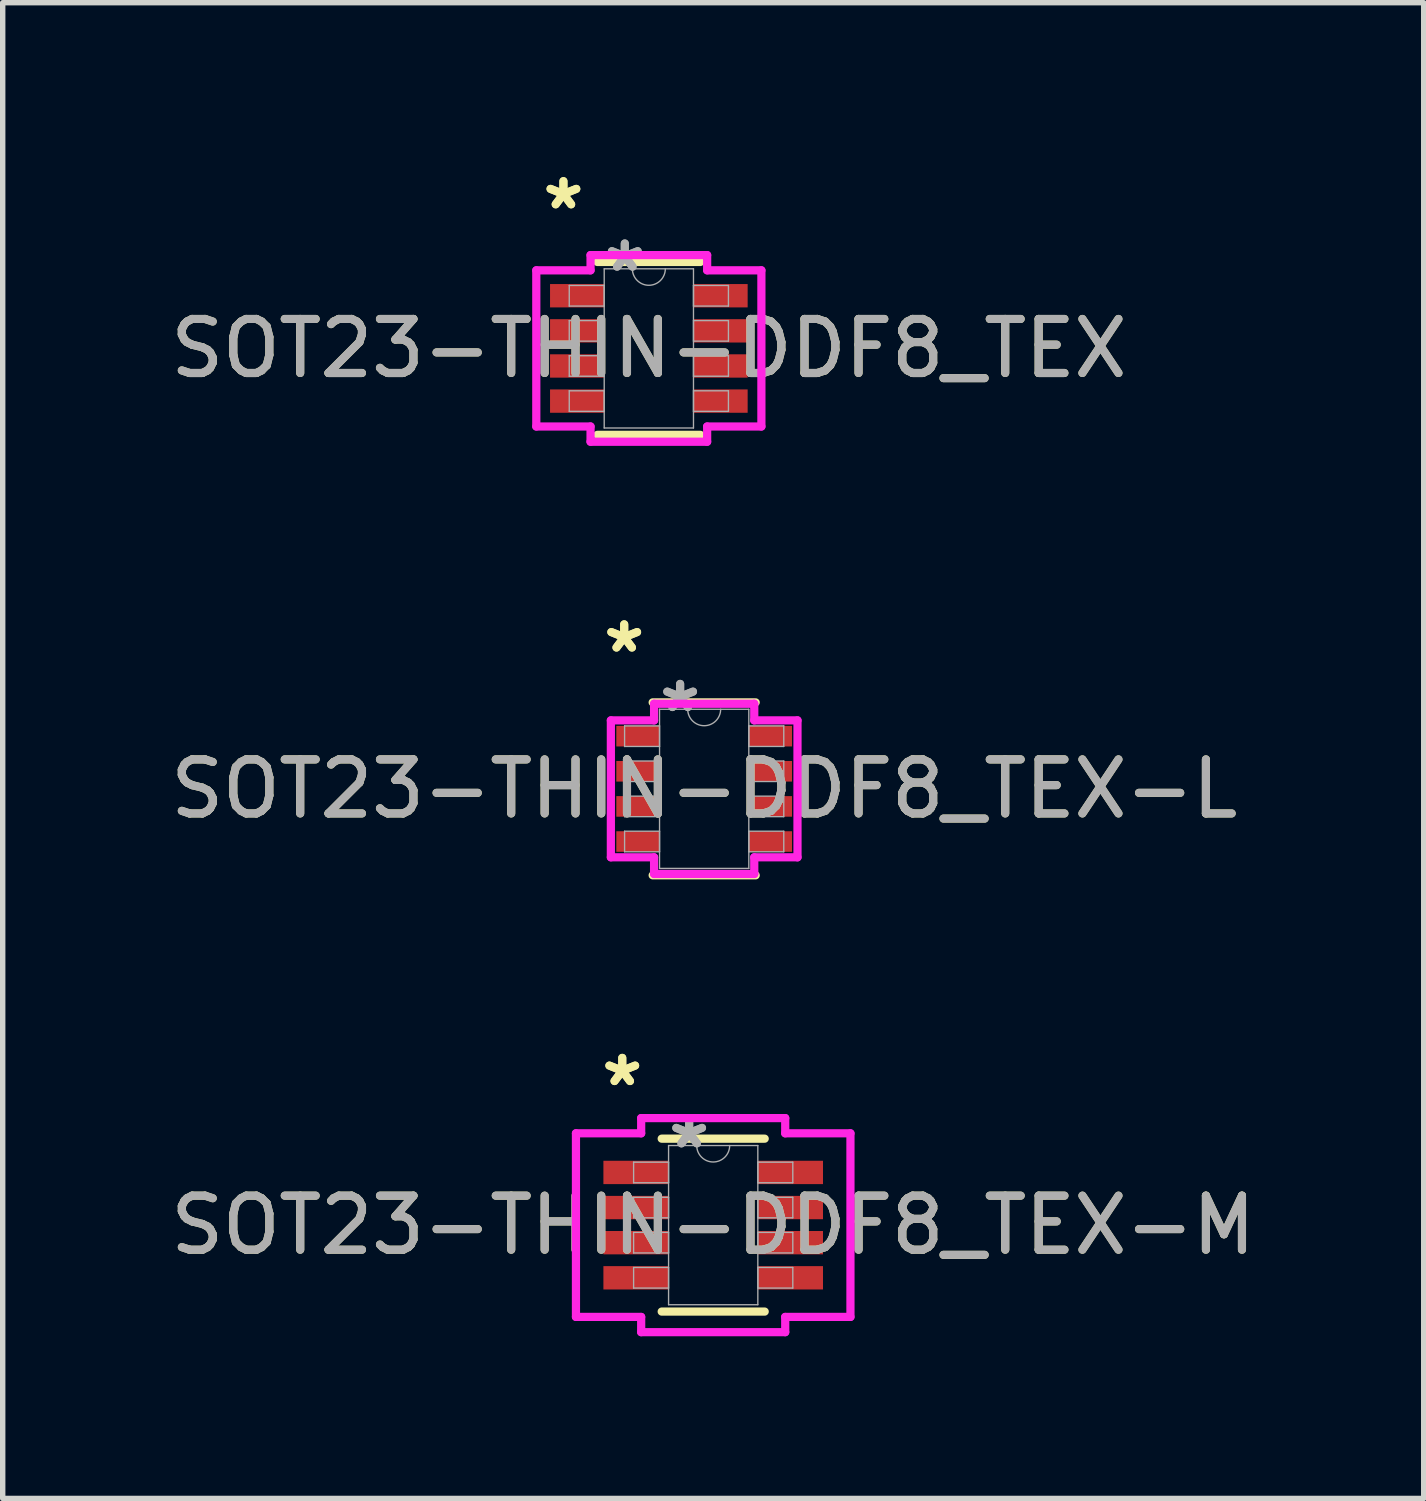
<source format=kicad_pcb>
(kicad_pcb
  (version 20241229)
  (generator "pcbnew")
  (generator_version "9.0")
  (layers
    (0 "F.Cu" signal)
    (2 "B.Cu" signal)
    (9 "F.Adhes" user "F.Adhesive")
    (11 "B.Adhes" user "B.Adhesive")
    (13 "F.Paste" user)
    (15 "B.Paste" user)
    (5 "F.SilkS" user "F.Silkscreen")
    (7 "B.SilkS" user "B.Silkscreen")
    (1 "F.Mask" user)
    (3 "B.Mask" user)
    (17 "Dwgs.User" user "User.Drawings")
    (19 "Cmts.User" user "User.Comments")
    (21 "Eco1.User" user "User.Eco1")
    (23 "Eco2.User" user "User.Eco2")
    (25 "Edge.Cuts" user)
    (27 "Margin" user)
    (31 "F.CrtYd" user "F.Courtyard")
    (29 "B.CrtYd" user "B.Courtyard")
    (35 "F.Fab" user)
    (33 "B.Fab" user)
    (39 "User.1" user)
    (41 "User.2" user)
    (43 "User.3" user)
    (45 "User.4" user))
  (footprint "SOT23-THIN-DDF8_TEX-L"
    (layer "F.Cu")
    (at 9.982 11.549)
    (property "Reference" "SOT23-THIN-DDF8_TEX-L" (at 0 0 0) (unlocked yes) (layer "F.SilkS") (effects (font (size 1 1) (thickness 0.15))))
    (attr smd)
    (fp_line (start -0.953 1.6) (end 0.953 1.6) (stroke (width 0.152) (type solid)) (layer "F.SilkS"))
    (fp_line (start 0.953 -1.6) (end -0.953 -1.6) (stroke (width 0.152) (type solid)) (layer "F.SilkS"))
    (fp_line (start -1.727 -1.267) (end -0.927 -1.267) (stroke (width 0.152) (type solid)) (layer "F.CrtYd"))
    (fp_line (start -1.727 1.267) (end -1.727 -1.267) (stroke (width 0.152) (type solid)) (layer "F.CrtYd"))
    (fp_line (start -1.727 1.267) (end -0.927 1.267) (stroke (width 0.152) (type solid)) (layer "F.CrtYd"))
    (fp_line (start -0.927 -1.575) (end 0.927 -1.575) (stroke (width 0.152) (type solid)) (layer "F.CrtYd"))
    (fp_line (start -0.927 -1.267) (end -0.927 -1.575) (stroke (width 0.152) (type solid)) (layer "F.CrtYd"))
    (fp_line (start -0.927 1.575) (end -0.927 1.267) (stroke (width 0.152) (type solid)) (layer "F.CrtYd"))
    (fp_line (start 0.927 -1.575) (end 0.927 -1.267) (stroke (width 0.152) (type solid)) (layer "F.CrtYd"))
    (fp_line (start 0.927 1.267) (end 0.927 1.575) (stroke (width 0.152) (type solid)) (layer "F.CrtYd"))
    (fp_line (start 0.927 1.575) (end -0.927 1.575) (stroke (width 0.152) (type solid)) (layer "F.CrtYd"))
    (fp_line (start 1.727 -1.267) (end 0.927 -1.267) (stroke (width 0.152) (type solid)) (layer "F.CrtYd"))
    (fp_line (start 1.727 -1.267) (end 1.727 1.267) (stroke (width 0.152) (type solid)) (layer "F.CrtYd"))
    (fp_line (start 1.727 1.267) (end 0.927 1.267) (stroke (width 0.152) (type solid)) (layer "F.CrtYd"))
    (fp_line (start -1.473 -1.165) (end -1.473 -0.784) (stroke (width 0.025) (type solid)) (layer "F.Fab"))
    (fp_line (start -1.473 -0.784) (end -0.826 -0.784) (stroke (width 0.025) (type solid)) (layer "F.Fab"))
    (fp_line (start -1.473 -0.515) (end -1.473 -0.135) (stroke (width 0.025) (type solid)) (layer "F.Fab"))
    (fp_line (start -1.473 -0.135) (end -0.826 -0.135) (stroke (width 0.025) (type solid)) (layer "F.Fab"))
    (fp_line (start -1.473 0.135) (end -1.473 0.515) (stroke (width 0.025) (type solid)) (layer "F.Fab"))
    (fp_line (start -1.473 0.515) (end -0.826 0.515) (stroke (width 0.025) (type solid)) (layer "F.Fab"))
    (fp_line (start -1.473 0.784) (end -1.473 1.165) (stroke (width 0.025) (type solid)) (layer "F.Fab"))
    (fp_line (start -1.473 1.165) (end -0.826 1.165) (stroke (width 0.025) (type solid)) (layer "F.Fab"))
    (fp_line (start -0.826 -1.473) (end -0.826 1.473) (stroke (width 0.025) (type solid)) (layer "F.Fab"))
    (fp_line (start -0.826 -1.165) (end -1.473 -1.165) (stroke (width 0.025) (type solid)) (layer "F.Fab"))
    (fp_line (start -0.826 -0.784) (end -0.826 -1.165) (stroke (width 0.025) (type solid)) (layer "F.Fab"))
    (fp_line (start -0.826 -0.515) (end -1.473 -0.515) (stroke (width 0.025) (type solid)) (layer "F.Fab"))
    (fp_line (start -0.826 -0.135) (end -0.826 -0.515) (stroke (width 0.025) (type solid)) (layer "F.Fab"))
    (fp_line (start -0.826 0.135) (end -1.473 0.135) (stroke (width 0.025) (type solid)) (layer "F.Fab"))
    (fp_line (start -0.826 0.515) (end -0.826 0.135) (stroke (width 0.025) (type solid)) (layer "F.Fab"))
    (fp_line (start -0.826 0.784) (end -1.473 0.784) (stroke (width 0.025) (type solid)) (layer "F.Fab"))
    (fp_line (start -0.826 1.165) (end -0.826 0.784) (stroke (width 0.025) (type solid)) (layer "F.Fab"))
    (fp_line (start -0.826 1.473) (end 0.826 1.473) (stroke (width 0.025) (type solid)) (layer "F.Fab"))
    (fp_line (start 0.826 -1.473) (end -0.826 -1.473) (stroke (width 0.025) (type solid)) (layer "F.Fab"))
    (fp_line (start 0.826 -1.165) (end 0.826 -0.784) (stroke (width 0.025) (type solid)) (layer "F.Fab"))
    (fp_line (start 0.826 -0.784) (end 1.473 -0.784) (stroke (width 0.025) (type solid)) (layer "F.Fab"))
    (fp_line (start 0.826 -0.515) (end 0.826 -0.135) (stroke (width 0.025) (type solid)) (layer "F.Fab"))
    (fp_line (start 0.826 -0.135) (end 1.473 -0.135) (stroke (width 0.025) (type solid)) (layer "F.Fab"))
    (fp_line (start 0.826 0.135) (end 0.826 0.515) (stroke (width 0.025) (type solid)) (layer "F.Fab"))
    (fp_line (start 0.826 0.515) (end 1.473 0.515) (stroke (width 0.025) (type solid)) (layer "F.Fab"))
    (fp_line (start 0.826 0.784) (end 0.826 1.165) (stroke (width 0.025) (type solid)) (layer "F.Fab"))
    (fp_line (start 0.826 1.165) (end 1.473 1.165) (stroke (width 0.025) (type solid)) (layer "F.Fab"))
    (fp_line (start 0.826 1.473) (end 0.826 -1.473) (stroke (width 0.025) (type solid)) (layer "F.Fab"))
    (fp_line (start 1.473 -1.165) (end 0.826 -1.165) (stroke (width 0.025) (type solid)) (layer "F.Fab"))
    (fp_line (start 1.473 -0.784) (end 1.473 -1.165) (stroke (width 0.025) (type solid)) (layer "F.Fab"))
    (fp_line (start 1.473 -0.515) (end 0.826 -0.515) (stroke (width 0.025) (type solid)) (layer "F.Fab"))
    (fp_line (start 1.473 -0.135) (end 1.473 -0.515) (stroke (width 0.025) (type solid)) (layer "F.Fab"))
    (fp_line (start 1.473 0.135) (end 0.826 0.135) (stroke (width 0.025) (type solid)) (layer "F.Fab"))
    (fp_line (start 1.473 0.515) (end 1.473 0.135) (stroke (width 0.025) (type solid)) (layer "F.Fab"))
    (fp_line (start 1.473 0.784) (end 0.826 0.784) (stroke (width 0.025) (type solid)) (layer "F.Fab"))
    (fp_line (start 1.473 1.165) (end 1.473 0.784) (stroke (width 0.025) (type solid)) (layer "F.Fab"))
    (fp_arc (start 0.3048 -1.4732) (mid 0 -1.1684) (end -0.3048 -1.4732) (stroke (width 0.0254) (type solid)) (layer "F.Fab"))
    (fp_text user "*" (at -1.48 -2.499 0) (layer "F.SilkS") (effects (font (size 1 1) (thickness 0.15))))
    (fp_text user "*" (at -1.48 -2.499 0) (unlocked yes) (layer "F.SilkS") (effects (font (size 1 1) (thickness 0.15))))
    (fp_text user "${REFERENCE}" (at 0 0 0) (unlocked yes) (layer "F.Fab") (effects (font (size 1 1) (thickness 0.15))))
    (fp_text user "*" (at -0.445 -1.397 0) (unlocked yes) (layer "F.Fab") (effects (font (size 1 1) (thickness 0.15))))
    (fp_text user "*" (at -0.445 -1.397 0) (layer "F.Fab") (effects (font (size 1 1) (thickness 0.15))))
    (pad "1" smd rect (at -1.226 -0.975) (size 0.8 0.381) (layers "F.Cu" "F.Mask" "F.Paste"))
    (pad "2" smd rect (at -1.226 -0.325) (size 0.8 0.381) (layers "F.Cu" "F.Mask" "F.Paste"))
    (pad "3" smd rect (at -1.226 0.325) (size 0.8 0.381) (layers "F.Cu" "F.Mask" "F.Paste"))
    (pad "4" smd rect (at -1.226 0.975) (size 0.8 0.381) (layers "F.Cu" "F.Mask" "F.Paste"))
    (pad "5" smd rect (at 1.226 0.975) (size 0.8 0.381) (layers "F.Cu" "F.Mask" "F.Paste"))
    (pad "6" smd rect (at 1.226 0.325) (size 0.8 0.381) (layers "F.Cu" "F.Mask" "F.Paste"))
    (pad "7" smd rect (at 1.226 -0.325) (size 0.8 0.381) (layers "F.Cu" "F.Mask" "F.Paste"))
    (pad "8" smd rect (at 1.226 -0.975) (size 0.8 0.381) (layers "F.Cu" "F.Mask" "F.Paste")))
  (footprint "SOT23-THIN-DDF8_TEX-M"
    (layer "F.Cu")
    (at 10.149 19.623)
    (property "Reference" "SOT23-THIN-DDF8_TEX-M" (at 0 0 0) (unlocked yes) (layer "F.SilkS") (effects (font (size 1 1) (thickness 0.15))))
    (attr smd)
    (fp_line (start -0.953 1.6) (end 0.953 1.6) (stroke (width 0.152) (type solid)) (layer "F.SilkS"))
    (fp_line (start 0.953 -1.6) (end -0.953 -1.6) (stroke (width 0.152) (type solid)) (layer "F.SilkS"))
    (fp_line (start -2.54 -1.699) (end -1.333 -1.699) (stroke (width 0.152) (type solid)) (layer "F.CrtYd"))
    (fp_line (start -2.54 1.699) (end -2.54 -1.699) (stroke (width 0.152) (type solid)) (layer "F.CrtYd"))
    (fp_line (start -2.54 1.699) (end -1.333 1.699) (stroke (width 0.152) (type solid)) (layer "F.CrtYd"))
    (fp_line (start -1.333 -1.981) (end 1.333 -1.981) (stroke (width 0.152) (type solid)) (layer "F.CrtYd"))
    (fp_line (start -1.333 -1.699) (end -1.333 -1.981) (stroke (width 0.152) (type solid)) (layer "F.CrtYd"))
    (fp_line (start -1.333 1.981) (end -1.333 1.699) (stroke (width 0.152) (type solid)) (layer "F.CrtYd"))
    (fp_line (start 1.333 -1.981) (end 1.333 -1.699) (stroke (width 0.152) (type solid)) (layer "F.CrtYd"))
    (fp_line (start 1.333 1.699) (end 1.333 1.981) (stroke (width 0.152) (type solid)) (layer "F.CrtYd"))
    (fp_line (start 1.333 1.981) (end -1.333 1.981) (stroke (width 0.152) (type solid)) (layer "F.CrtYd"))
    (fp_line (start 2.54 -1.699) (end 1.333 -1.699) (stroke (width 0.152) (type solid)) (layer "F.CrtYd"))
    (fp_line (start 2.54 -1.699) (end 2.54 1.699) (stroke (width 0.152) (type solid)) (layer "F.CrtYd"))
    (fp_line (start 2.54 1.699) (end 1.333 1.699) (stroke (width 0.152) (type solid)) (layer "F.CrtYd"))
    (fp_line (start -1.473 -1.165) (end -1.473 -0.784) (stroke (width 0.025) (type solid)) (layer "F.Fab"))
    (fp_line (start -1.473 -0.784) (end -0.826 -0.784) (stroke (width 0.025) (type solid)) (layer "F.Fab"))
    (fp_line (start -1.473 -0.515) (end -1.473 -0.135) (stroke (width 0.025) (type solid)) (layer "F.Fab"))
    (fp_line (start -1.473 -0.135) (end -0.826 -0.135) (stroke (width 0.025) (type solid)) (layer "F.Fab"))
    (fp_line (start -1.473 0.135) (end -1.473 0.515) (stroke (width 0.025) (type solid)) (layer "F.Fab"))
    (fp_line (start -1.473 0.515) (end -0.826 0.515) (stroke (width 0.025) (type solid)) (layer "F.Fab"))
    (fp_line (start -1.473 0.784) (end -1.473 1.165) (stroke (width 0.025) (type solid)) (layer "F.Fab"))
    (fp_line (start -1.473 1.165) (end -0.826 1.165) (stroke (width 0.025) (type solid)) (layer "F.Fab"))
    (fp_line (start -0.826 -1.473) (end -0.826 1.473) (stroke (width 0.025) (type solid)) (layer "F.Fab"))
    (fp_line (start -0.826 -1.165) (end -1.473 -1.165) (stroke (width 0.025) (type solid)) (layer "F.Fab"))
    (fp_line (start -0.826 -0.784) (end -0.826 -1.165) (stroke (width 0.025) (type solid)) (layer "F.Fab"))
    (fp_line (start -0.826 -0.515) (end -1.473 -0.515) (stroke (width 0.025) (type solid)) (layer "F.Fab"))
    (fp_line (start -0.826 -0.135) (end -0.826 -0.515) (stroke (width 0.025) (type solid)) (layer "F.Fab"))
    (fp_line (start -0.826 0.135) (end -1.473 0.135) (stroke (width 0.025) (type solid)) (layer "F.Fab"))
    (fp_line (start -0.826 0.515) (end -0.826 0.135) (stroke (width 0.025) (type solid)) (layer "F.Fab"))
    (fp_line (start -0.826 0.784) (end -1.473 0.784) (stroke (width 0.025) (type solid)) (layer "F.Fab"))
    (fp_line (start -0.826 1.165) (end -0.826 0.784) (stroke (width 0.025) (type solid)) (layer "F.Fab"))
    (fp_line (start -0.826 1.473) (end 0.826 1.473) (stroke (width 0.025) (type solid)) (layer "F.Fab"))
    (fp_line (start 0.826 -1.473) (end -0.826 -1.473) (stroke (width 0.025) (type solid)) (layer "F.Fab"))
    (fp_line (start 0.826 -1.165) (end 0.826 -0.784) (stroke (width 0.025) (type solid)) (layer "F.Fab"))
    (fp_line (start 0.826 -0.784) (end 1.473 -0.784) (stroke (width 0.025) (type solid)) (layer "F.Fab"))
    (fp_line (start 0.826 -0.515) (end 0.826 -0.135) (stroke (width 0.025) (type solid)) (layer "F.Fab"))
    (fp_line (start 0.826 -0.135) (end 1.473 -0.135) (stroke (width 0.025) (type solid)) (layer "F.Fab"))
    (fp_line (start 0.826 0.135) (end 0.826 0.515) (stroke (width 0.025) (type solid)) (layer "F.Fab"))
    (fp_line (start 0.826 0.515) (end 1.473 0.515) (stroke (width 0.025) (type solid)) (layer "F.Fab"))
    (fp_line (start 0.826 0.784) (end 0.826 1.165) (stroke (width 0.025) (type solid)) (layer "F.Fab"))
    (fp_line (start 0.826 1.165) (end 1.473 1.165) (stroke (width 0.025) (type solid)) (layer "F.Fab"))
    (fp_line (start 0.826 1.473) (end 0.826 -1.473) (stroke (width 0.025) (type solid)) (layer "F.Fab"))
    (fp_line (start 1.473 -1.165) (end 0.826 -1.165) (stroke (width 0.025) (type solid)) (layer "F.Fab"))
    (fp_line (start 1.473 -0.784) (end 1.473 -1.165) (stroke (width 0.025) (type solid)) (layer "F.Fab"))
    (fp_line (start 1.473 -0.515) (end 0.826 -0.515) (stroke (width 0.025) (type solid)) (layer "F.Fab"))
    (fp_line (start 1.473 -0.135) (end 1.473 -0.515) (stroke (width 0.025) (type solid)) (layer "F.Fab"))
    (fp_line (start 1.473 0.135) (end 0.826 0.135) (stroke (width 0.025) (type solid)) (layer "F.Fab"))
    (fp_line (start 1.473 0.515) (end 1.473 0.135) (stroke (width 0.025) (type solid)) (layer "F.Fab"))
    (fp_line (start 1.473 0.784) (end 0.826 0.784) (stroke (width 0.025) (type solid)) (layer "F.Fab"))
    (fp_line (start 1.473 1.165) (end 1.473 0.784) (stroke (width 0.025) (type solid)) (layer "F.Fab"))
    (fp_arc (start 0.3048 -1.4732) (mid 0 -1.1684) (end -0.3048 -1.4732) (stroke (width 0.0254) (type solid)) (layer "F.Fab"))
    (fp_text user "*" (at -1.683 -2.55 0) (layer "F.SilkS") (effects (font (size 1 1) (thickness 0.15))))
    (fp_text user "*" (at -1.683 -2.55 0) (unlocked yes) (layer "F.SilkS") (effects (font (size 1 1) (thickness 0.15))))
    (fp_text user "*" (at -0.445 -1.397 0) (unlocked yes) (layer "F.Fab") (effects (font (size 1 1) (thickness 0.15))))
    (fp_text user "${REFERENCE}" (at 0 0 0) (unlocked yes) (layer "F.Fab") (effects (font (size 1 1) (thickness 0.15))))
    (fp_text user "*" (at -0.445 -1.397 0) (layer "F.Fab") (effects (font (size 1 1) (thickness 0.15))))
    (pad "1" smd rect (at -1.429 -0.975) (size 1.206 0.432) (layers "F.Cu" "F.Mask" "F.Paste"))
    (pad "2" smd rect (at -1.429 -0.325) (size 1.206 0.432) (layers "F.Cu" "F.Mask" "F.Paste"))
    (pad "3" smd rect (at -1.429 0.325) (size 1.206 0.432) (layers "F.Cu" "F.Mask" "F.Paste"))
    (pad "4" smd rect (at -1.429 0.975) (size 1.206 0.432) (layers "F.Cu" "F.Mask" "F.Paste"))
    (pad "5" smd rect (at 1.429 0.975) (size 1.206 0.432) (layers "F.Cu" "F.Mask" "F.Paste"))
    (pad "6" smd rect (at 1.429 0.325) (size 1.206 0.432) (layers "F.Cu" "F.Mask" "F.Paste"))
    (pad "7" smd rect (at 1.429 -0.325) (size 1.206 0.432) (layers "F.Cu" "F.Mask" "F.Paste"))
    (pad "8" smd rect (at 1.429 -0.975) (size 1.206 0.432) (layers "F.Cu" "F.Mask" "F.Paste")))
  (footprint "SOT23-THIN-DDF8_TEX"
    (layer "F.Cu")
    (at 8.958 3.398)
    (property "Reference" "SOT23-THIN-DDF8_TEX" (at 0 0 0) (unlocked yes) (layer "F.SilkS") (effects (font (size 1 1) (thickness 0.15))))
    (attr smd)
    (fp_line (start -0.953 1.6) (end 0.953 1.6) (stroke (width 0.152) (type solid)) (layer "F.SilkS"))
    (fp_line (start 0.953 -1.6) (end -0.953 -1.6) (stroke (width 0.152) (type solid)) (layer "F.SilkS"))
    (fp_line (start -2.083 -1.445) (end -1.079 -1.445) (stroke (width 0.152) (type solid)) (layer "F.CrtYd"))
    (fp_line (start -2.083 1.445) (end -2.083 -1.445) (stroke (width 0.152) (type solid)) (layer "F.CrtYd"))
    (fp_line (start -2.083 1.445) (end -1.079 1.445) (stroke (width 0.152) (type solid)) (layer "F.CrtYd"))
    (fp_line (start -1.079 -1.727) (end 1.079 -1.727) (stroke (width 0.152) (type solid)) (layer "F.CrtYd"))
    (fp_line (start -1.079 -1.445) (end -1.079 -1.727) (stroke (width 0.152) (type solid)) (layer "F.CrtYd"))
    (fp_line (start -1.079 1.727) (end -1.079 1.445) (stroke (width 0.152) (type solid)) (layer "F.CrtYd"))
    (fp_line (start 1.079 -1.727) (end 1.079 -1.445) (stroke (width 0.152) (type solid)) (layer "F.CrtYd"))
    (fp_line (start 1.079 1.445) (end 1.079 1.727) (stroke (width 0.152) (type solid)) (layer "F.CrtYd"))
    (fp_line (start 1.079 1.727) (end -1.079 1.727) (stroke (width 0.152) (type solid)) (layer "F.CrtYd"))
    (fp_line (start 2.083 -1.445) (end 1.079 -1.445) (stroke (width 0.152) (type solid)) (layer "F.CrtYd"))
    (fp_line (start 2.083 -1.445) (end 2.083 1.445) (stroke (width 0.152) (type solid)) (layer "F.CrtYd"))
    (fp_line (start 2.083 1.445) (end 1.079 1.445) (stroke (width 0.152) (type solid)) (layer "F.CrtYd"))
    (fp_line (start -1.473 -1.165) (end -1.473 -0.784) (stroke (width 0.025) (type solid)) (layer "F.Fab"))
    (fp_line (start -1.473 -0.784) (end -0.826 -0.784) (stroke (width 0.025) (type solid)) (layer "F.Fab"))
    (fp_line (start -1.473 -0.515) (end -1.473 -0.135) (stroke (width 0.025) (type solid)) (layer "F.Fab"))
    (fp_line (start -1.473 -0.135) (end -0.826 -0.135) (stroke (width 0.025) (type solid)) (layer "F.Fab"))
    (fp_line (start -1.473 0.135) (end -1.473 0.515) (stroke (width 0.025) (type solid)) (layer "F.Fab"))
    (fp_line (start -1.473 0.515) (end -0.826 0.515) (stroke (width 0.025) (type solid)) (layer "F.Fab"))
    (fp_line (start -1.473 0.784) (end -1.473 1.165) (stroke (width 0.025) (type solid)) (layer "F.Fab"))
    (fp_line (start -1.473 1.165) (end -0.826 1.165) (stroke (width 0.025) (type solid)) (layer "F.Fab"))
    (fp_line (start -0.826 -1.473) (end -0.826 1.473) (stroke (width 0.025) (type solid)) (layer "F.Fab"))
    (fp_line (start -0.826 -1.165) (end -1.473 -1.165) (stroke (width 0.025) (type solid)) (layer "F.Fab"))
    (fp_line (start -0.826 -0.784) (end -0.826 -1.165) (stroke (width 0.025) (type solid)) (layer "F.Fab"))
    (fp_line (start -0.826 -0.515) (end -1.473 -0.515) (stroke (width 0.025) (type solid)) (layer "F.Fab"))
    (fp_line (start -0.826 -0.135) (end -0.826 -0.515) (stroke (width 0.025) (type solid)) (layer "F.Fab"))
    (fp_line (start -0.826 0.135) (end -1.473 0.135) (stroke (width 0.025) (type solid)) (layer "F.Fab"))
    (fp_line (start -0.826 0.515) (end -0.826 0.135) (stroke (width 0.025) (type solid)) (layer "F.Fab"))
    (fp_line (start -0.826 0.784) (end -1.473 0.784) (stroke (width 0.025) (type solid)) (layer "F.Fab"))
    (fp_line (start -0.826 1.165) (end -0.826 0.784) (stroke (width 0.025) (type solid)) (layer "F.Fab"))
    (fp_line (start -0.826 1.473) (end 0.826 1.473) (stroke (width 0.025) (type solid)) (layer "F.Fab"))
    (fp_line (start 0.826 -1.473) (end -0.826 -1.473) (stroke (width 0.025) (type solid)) (layer "F.Fab"))
    (fp_line (start 0.826 -1.165) (end 0.826 -0.784) (stroke (width 0.025) (type solid)) (layer "F.Fab"))
    (fp_line (start 0.826 -0.784) (end 1.473 -0.784) (stroke (width 0.025) (type solid)) (layer "F.Fab"))
    (fp_line (start 0.826 -0.515) (end 0.826 -0.135) (stroke (width 0.025) (type solid)) (layer "F.Fab"))
    (fp_line (start 0.826 -0.135) (end 1.473 -0.135) (stroke (width 0.025) (type solid)) (layer "F.Fab"))
    (fp_line (start 0.826 0.135) (end 0.826 0.515) (stroke (width 0.025) (type solid)) (layer "F.Fab"))
    (fp_line (start 0.826 0.515) (end 1.473 0.515) (stroke (width 0.025) (type solid)) (layer "F.Fab"))
    (fp_line (start 0.826 0.784) (end 0.826 1.165) (stroke (width 0.025) (type solid)) (layer "F.Fab"))
    (fp_line (start 0.826 1.165) (end 1.473 1.165) (stroke (width 0.025) (type solid)) (layer "F.Fab"))
    (fp_line (start 0.826 1.473) (end 0.826 -1.473) (stroke (width 0.025) (type solid)) (layer "F.Fab"))
    (fp_line (start 1.473 -1.165) (end 0.826 -1.165) (stroke (width 0.025) (type solid)) (layer "F.Fab"))
    (fp_line (start 1.473 -0.784) (end 1.473 -1.165) (stroke (width 0.025) (type solid)) (layer "F.Fab"))
    (fp_line (start 1.473 -0.515) (end 0.826 -0.515) (stroke (width 0.025) (type solid)) (layer "F.Fab"))
    (fp_line (start 1.473 -0.135) (end 1.473 -0.515) (stroke (width 0.025) (type solid)) (layer "F.Fab"))
    (fp_line (start 1.473 0.135) (end 0.826 0.135) (stroke (width 0.025) (type solid)) (layer "F.Fab"))
    (fp_line (start 1.473 0.515) (end 1.473 0.135) (stroke (width 0.025) (type solid)) (layer "F.Fab"))
    (fp_line (start 1.473 0.784) (end 0.826 0.784) (stroke (width 0.025) (type solid)) (layer "F.Fab"))
    (fp_line (start 1.473 1.165) (end 1.473 0.784) (stroke (width 0.025) (type solid)) (layer "F.Fab"))
    (fp_arc (start 0.3048 -1.4732) (mid 0 -1.1684) (end -0.3048 -1.4732) (stroke (width 0.0254) (type solid)) (layer "F.Fab"))
    (fp_text user "*" (at -1.581 -2.55 0) (layer "F.SilkS") (effects (font (size 1 1) (thickness 0.15))))
    (fp_text user "*" (at -1.581 -2.55 0) (unlocked yes) (layer "F.SilkS") (effects (font (size 1 1) (thickness 0.15))))
    (fp_text user "*" (at -0.445 -1.397 0) (layer "F.Fab") (effects (font (size 1 1) (thickness 0.15))))
    (fp_text user "*" (at -0.445 -1.397 0) (unlocked yes) (layer "F.Fab") (effects (font (size 1 1) (thickness 0.15))))
    (fp_text user "${REFERENCE}" (at 0 0 0) (unlocked yes) (layer "F.Fab") (effects (font (size 1 1) (thickness 0.15))))
    (pad "1" smd rect (at -1.327 -0.975) (size 1.003 0.432) (layers "F.Cu" "F.Mask" "F.Paste"))
    (pad "2" smd rect (at -1.327 -0.325) (size 1.003 0.432) (layers "F.Cu" "F.Mask" "F.Paste"))
    (pad "3" smd rect (at -1.327 0.325) (size 1.003 0.432) (layers "F.Cu" "F.Mask" "F.Paste"))
    (pad "4" smd rect (at -1.327 0.975) (size 1.003 0.432) (layers "F.Cu" "F.Mask" "F.Paste"))
    (pad "5" smd rect (at 1.327 0.975) (size 1.003 0.432) (layers "F.Cu" "F.Mask" "F.Paste"))
    (pad "6" smd rect (at 1.327 0.325) (size 1.003 0.432) (layers "F.Cu" "F.Mask" "F.Paste"))
    (pad "7" smd rect (at 1.327 -0.325) (size 1.003 0.432) (layers "F.Cu" "F.Mask" "F.Paste"))
    (pad "8" smd rect (at 1.327 -0.975) (size 1.003 0.432) (layers "F.Cu" "F.Mask" "F.Paste")))
  (gr_rect
    (start -3 -3)
    (end 23.298 24.681)
    (stroke (width 0.1) (type default))
    (fill no)
    (layer "Edge.Cuts")))
</source>
